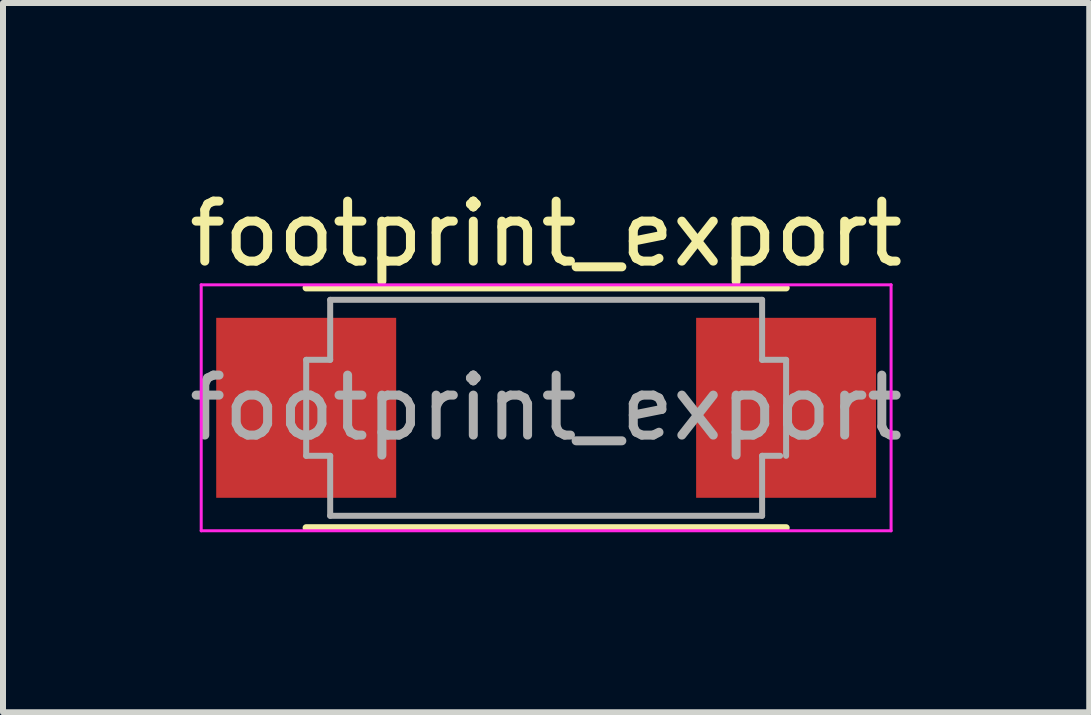
<source format=kicad_pcb>
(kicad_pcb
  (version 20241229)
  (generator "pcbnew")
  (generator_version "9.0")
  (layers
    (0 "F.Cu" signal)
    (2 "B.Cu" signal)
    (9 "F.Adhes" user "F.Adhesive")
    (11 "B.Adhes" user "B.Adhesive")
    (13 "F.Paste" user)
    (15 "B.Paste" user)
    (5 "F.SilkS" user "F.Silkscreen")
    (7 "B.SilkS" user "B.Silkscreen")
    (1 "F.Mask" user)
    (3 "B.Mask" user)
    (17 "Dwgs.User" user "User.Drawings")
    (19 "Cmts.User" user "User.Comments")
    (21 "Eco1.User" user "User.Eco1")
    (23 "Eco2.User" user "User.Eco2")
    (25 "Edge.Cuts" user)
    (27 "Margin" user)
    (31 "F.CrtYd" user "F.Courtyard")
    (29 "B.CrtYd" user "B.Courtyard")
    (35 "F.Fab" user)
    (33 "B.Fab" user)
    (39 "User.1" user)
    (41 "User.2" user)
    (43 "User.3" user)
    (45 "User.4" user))
  (footprint "footprint_export"
    (layer "F.Cu")
    (at 6.054 3.748)
    (property "Reference" "footprint_export" (at 0 -2.9 0) (layer "F.SilkS") (effects (font (size 1 1) (thickness 0.15))))
    (attr smd)
    (fp_line (start 4 -2) (end -4 -2) (stroke (width 0.12) (type solid)) (layer "F.SilkS"))
    (fp_line (start 4 2) (end -4 2) (stroke (width 0.12) (type solid)) (layer "F.SilkS"))
    (fp_line (start -5.75 -2.05) (end -5.75 2.05) (stroke (width 0.05) (type solid)) (layer "F.CrtYd"))
    (fp_line (start -5.75 -2.05) (end 5.75 -2.05) (stroke (width 0.05) (type solid)) (layer "F.CrtYd"))
    (fp_line (start 5.75 2.05) (end -5.75 2.05) (stroke (width 0.05) (type solid)) (layer "F.CrtYd"))
    (fp_line (start 5.75 2.05) (end 5.75 -2.05) (stroke (width 0.05) (type solid)) (layer "F.CrtYd"))
    (fp_line (start -4 -0.8) (end -3.6 -0.8) (stroke (width 0.1) (type solid)) (layer "F.Fab"))
    (fp_line (start -4 0.8) (end -4 -0.8) (stroke (width 0.1) (type solid)) (layer "F.Fab"))
    (fp_line (start -4 0.8) (end -3.6 0.8) (stroke (width 0.1) (type solid)) (layer "F.Fab"))
    (fp_line (start -3.6 -1.8) (end 3.6 -1.8) (stroke (width 0.1) (type solid)) (layer "F.Fab"))
    (fp_line (start -3.6 -0.8) (end -3.6 -1.8) (stroke (width 0.1) (type solid)) (layer "F.Fab"))
    (fp_line (start -3.6 1.8) (end -3.6 0.8) (stroke (width 0.1) (type solid)) (layer "F.Fab"))
    (fp_line (start 3.6 -0.8) (end 3.6 -1.8) (stroke (width 0.1) (type solid)) (layer "F.Fab"))
    (fp_line (start 3.6 0.8) (end 3.9 0.8) (stroke (width 0.1) (type solid)) (layer "F.Fab"))
    (fp_line (start 3.6 1.8) (end -3.6 1.8) (stroke (width 0.1) (type solid)) (layer "F.Fab"))
    (fp_line (start 3.6 1.8) (end 3.6 0.8) (stroke (width 0.1) (type solid)) (layer "F.Fab"))
    (fp_line (start 4 -0.8) (end 3.6 -0.8) (stroke (width 0.1) (type solid)) (layer "F.Fab"))
    (fp_line (start 4 -0.8) (end 4 0.8) (stroke (width 0.1) (type solid)) (layer "F.Fab"))
    (fp_text user "${REFERENCE}" (at 0 0 0) (layer "F.Fab") (effects (font (size 1 1) (thickness 0.15))))
    (pad "1" smd rect (at -4 0) (size 3 3) (layers "F.Cu" "F.Mask" "F.Paste"))
    (pad "2" smd rect (at 4 0) (size 3 3) (layers "F.Cu" "F.Mask" "F.Paste")))
  (gr_rect
    (start -3 -3)
    (end 15.107 8.823)
    (stroke (width 0.1) (type default))
    (fill no)
    (layer "Edge.Cuts")))
</source>
